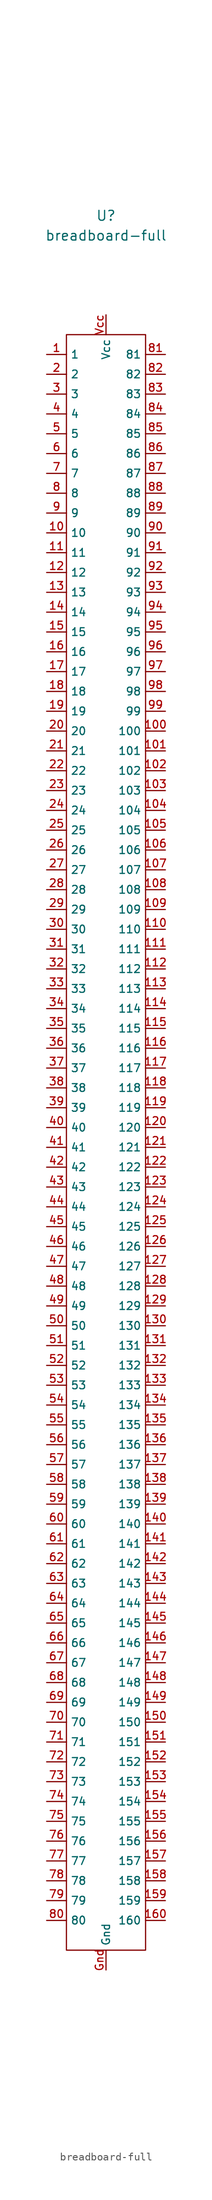
<source format=kicad_sym>
(kicad_symbol_lib
  (version 20211014)
  (generator kicad_symbol_editor)
  (symbol "breadboard-full"
    (property "Reference" "U"
      (at 0 52.07 0)
      (effects (font (size 1.27 1.27))))
    (property "Value" "breadboard-full"
      (at 0 49.53 0)
      (effects (font (size 1.27 1.27))))
    (symbol "breadboard-full_0_1"
      (rectangle (start -5.08 36.83) (end 5.08 -170.18) (stroke (width 0) (type default) (color 0 0 0 0)) (fill (type none))))
    (symbol "breadboard-full_1_1"
      (pin input line (at -7.62 34.29 0) (length 2.54) (name "1" (effects (font (size 1 1)))) (number "1" (effects (font (size 1 1)))))
      (pin input line (at -7.62 11.43 0) (length 2.54) (name "10" (effects (font (size 1 1)))) (number "10" (effects (font (size 1 1)))))
      (pin input line (at 7.62 -13.97 180) (length 2.54) (name "100" (effects (font (size 1 1)))) (number "100" (effects (font (size 1 1)))))
      (pin input line (at 7.62 -16.51 180) (length 2.54) (name "101" (effects (font (size 1 1)))) (number "101" (effects (font (size 1 1)))))
      (pin input line (at 7.62 -19.05 180) (length 2.54) (name "102" (effects (font (size 1 1)))) (number "102" (effects (font (size 1 1)))))
      (pin input line (at 7.62 -21.59 180) (length 2.54) (name "103" (effects (font (size 1 1)))) (number "103" (effects (font (size 1 1)))))
      (pin input line (at 7.62 -24.13 180) (length 2.54) (name "104" (effects (font (size 1 1)))) (number "104" (effects (font (size 1 1)))))
      (pin input line (at 7.62 -26.67 180) (length 2.54) (name "105" (effects (font (size 1 1)))) (number "105" (effects (font (size 1 1)))))
      (pin input line (at 7.62 -29.21 180) (length 2.54) (name "106" (effects (font (size 1 1)))) (number "106" (effects (font (size 1 1)))))
      (pin input line (at 7.62 -31.75 180) (length 2.54) (name "107" (effects (font (size 1 1)))) (number "107" (effects (font (size 1 1)))))
      (pin input line (at 7.62 -34.29 180) (length 2.54) (name "108" (effects (font (size 1 1)))) (number "108" (effects (font (size 1 1)))))
      (pin input line (at 7.62 -36.83 180) (length 2.54) (name "109" (effects (font (size 1 1)))) (number "109" (effects (font (size 1 1)))))
      (pin input line (at -7.62 8.89 0) (length 2.54) (name "11" (effects (font (size 1 1)))) (number "11" (effects (font (size 1 1)))))
      (pin input line (at 7.62 -39.37 180) (length 2.54) (name "110" (effects (font (size 1 1)))) (number "110" (effects (font (size 1 1)))))
      (pin input line (at 7.62 -41.91 180) (length 2.54) (name "111" (effects (font (size 1 1)))) (number "111" (effects (font (size 1 1)))))
      (pin input line (at 7.62 -44.45 180) (length 2.54) (name "112" (effects (font (size 1 1)))) (number "112" (effects (font (size 1 1)))))
      (pin input line (at 7.62 -46.99 180) (length 2.54) (name "113" (effects (font (size 1 1)))) (number "113" (effects (font (size 1 1)))))
      (pin input line (at 7.62 -49.53 180) (length 2.54) (name "114" (effects (font (size 1 1)))) (number "114" (effects (font (size 1 1)))))
      (pin input line (at 7.62 -52.07 180) (length 2.54) (name "115" (effects (font (size 1 1)))) (number "115" (effects (font (size 1 1)))))
      (pin input line (at 7.62 -54.61 180) (length 2.54) (name "116" (effects (font (size 1 1)))) (number "116" (effects (font (size 1 1)))))
      (pin input line (at 7.62 -57.15 180) (length 2.54) (name "117" (effects (font (size 1 1)))) (number "117" (effects (font (size 1 1)))))
      (pin input line (at 7.62 -59.69 180) (length 2.54) (name "118" (effects (font (size 1 1)))) (number "118" (effects (font (size 1 1)))))
      (pin input line (at 7.62 -62.23 180) (length 2.54) (name "119" (effects (font (size 1 1)))) (number "119" (effects (font (size 1 1)))))
      (pin input line (at -7.62 6.35 0) (length 2.54) (name "12" (effects (font (size 1 1)))) (number "12" (effects (font (size 1 1)))))
      (pin input line (at 7.62 -64.77 180) (length 2.54) (name "120" (effects (font (size 1 1)))) (number "120" (effects (font (size 1 1)))))
      (pin input line (at 7.62 -67.31 180) (length 2.54) (name "121" (effects (font (size 1 1)))) (number "121" (effects (font (size 1 1)))))
      (pin input line (at 7.62 -69.85 180) (length 2.54) (name "122" (effects (font (size 1 1)))) (number "122" (effects (font (size 1 1)))))
      (pin input line (at 7.62 -72.39 180) (length 2.54) (name "123" (effects (font (size 1 1)))) (number "123" (effects (font (size 1 1)))))
      (pin input line (at 7.62 -74.93 180) (length 2.54) (name "124" (effects (font (size 1 1)))) (number "124" (effects (font (size 1 1)))))
      (pin input line (at 7.62 -77.47 180) (length 2.54) (name "125" (effects (font (size 1 1)))) (number "125" (effects (font (size 1 1)))))
      (pin input line (at 7.62 -80.01 180) (length 2.54) (name "126" (effects (font (size 1 1)))) (number "126" (effects (font (size 1 1)))))
      (pin input line (at 7.62 -82.55 180) (length 2.54) (name "127" (effects (font (size 1 1)))) (number "127" (effects (font (size 1 1)))))
      (pin input line (at 7.62 -85.09 180) (length 2.54) (name "128" (effects (font (size 1 1)))) (number "128" (effects (font (size 1 1)))))
      (pin input line (at 7.62 -87.63 180) (length 2.54) (name "129" (effects (font (size 1 1)))) (number "129" (effects (font (size 1 1)))))
      (pin input line (at -7.62 3.81 0) (length 2.54) (name "13" (effects (font (size 1 1)))) (number "13" (effects (font (size 1 1)))))
      (pin input line (at 7.62 -90.17 180) (length 2.54) (name "130" (effects (font (size 1 1)))) (number "130" (effects (font (size 1 1)))))
      (pin input line (at 7.62 -92.71 180) (length 2.54) (name "131" (effects (font (size 1 1)))) (number "131" (effects (font (size 1 1)))))
      (pin input line (at 7.62 -95.25 180) (length 2.54) (name "132" (effects (font (size 1 1)))) (number "132" (effects (font (size 1 1)))))
      (pin input line (at 7.62 -97.79 180) (length 2.54) (name "133" (effects (font (size 1 1)))) (number "133" (effects (font (size 1 1)))))
      (pin input line (at 7.62 -100.33 180) (length 2.54) (name "134" (effects (font (size 1 1)))) (number "134" (effects (font (size 1 1)))))
      (pin input line (at 7.62 -102.87 180) (length 2.54) (name "135" (effects (font (size 1 1)))) (number "135" (effects (font (size 1 1)))))
      (pin input line (at 7.62 -105.41 180) (length 2.54) (name "136" (effects (font (size 1 1)))) (number "136" (effects (font (size 1 1)))))
      (pin input line (at 7.62 -107.95 180) (length 2.54) (name "137" (effects (font (size 1 1)))) (number "137" (effects (font (size 1 1)))))
      (pin input line (at 7.62 -110.49 180) (length 2.54) (name "138" (effects (font (size 1 1)))) (number "138" (effects (font (size 1 1)))))
      (pin input line (at 7.62 -113.03 180) (length 2.54) (name "139" (effects (font (size 1 1)))) (number "139" (effects (font (size 1 1)))))
      (pin input line (at -7.62 1.27 0) (length 2.54) (name "14" (effects (font (size 1 1)))) (number "14" (effects (font (size 1 1)))))
      (pin input line (at 7.62 -115.57 180) (length 2.54) (name "140" (effects (font (size 1 1)))) (number "140" (effects (font (size 1 1)))))
      (pin input line (at 7.62 -118.11 180) (length 2.54) (name "141" (effects (font (size 1 1)))) (number "141" (effects (font (size 1 1)))))
      (pin input line (at 7.62 -120.65 180) (length 2.54) (name "142" (effects (font (size 1 1)))) (number "142" (effects (font (size 1 1)))))
      (pin input line (at 7.62 -123.19 180) (length 2.54) (name "143" (effects (font (size 1 1)))) (number "143" (effects (font (size 1 1)))))
      (pin input line (at 7.62 -125.73 180) (length 2.54) (name "144" (effects (font (size 1 1)))) (number "144" (effects (font (size 1 1)))))
      (pin input line (at 7.62 -128.27 180) (length 2.54) (name "145" (effects (font (size 1 1)))) (number "145" (effects (font (size 1 1)))))
      (pin input line (at 7.62 -130.81 180) (length 2.54) (name "146" (effects (font (size 1 1)))) (number "146" (effects (font (size 1 1)))))
      (pin input line (at 7.62 -133.35 180) (length 2.54) (name "147" (effects (font (size 1 1)))) (number "147" (effects (font (size 1 1)))))
      (pin input line (at 7.62 -135.89 180) (length 2.54) (name "148" (effects (font (size 1 1)))) (number "148" (effects (font (size 1 1)))))
      (pin input line (at 7.62 -138.43 180) (length 2.54) (name "149" (effects (font (size 1 1)))) (number "149" (effects (font (size 1 1)))))
      (pin input line (at -7.62 -1.27 0) (length 2.54) (name "15" (effects (font (size 1 1)))) (number "15" (effects (font (size 1 1)))))
      (pin input line (at 7.62 -140.97 180) (length 2.54) (name "150" (effects (font (size 1 1)))) (number "150" (effects (font (size 1 1)))))
      (pin input line (at 7.62 -143.51 180) (length 2.54) (name "151" (effects (font (size 1 1)))) (number "151" (effects (font (size 1 1)))))
      (pin input line (at 7.62 -146.05 180) (length 2.54) (name "152" (effects (font (size 1 1)))) (number "152" (effects (font (size 1 1)))))
      (pin input line (at 7.62 -148.59 180) (length 2.54) (name "153" (effects (font (size 1 1)))) (number "153" (effects (font (size 1 1)))))
      (pin input line (at 7.62 -151.13 180) (length 2.54) (name "154" (effects (font (size 1 1)))) (number "154" (effects (font (size 1 1)))))
      (pin input line (at 7.62 -153.67 180) (length 2.54) (name "155" (effects (font (size 1 1)))) (number "155" (effects (font (size 1 1)))))
      (pin input line (at 7.62 -156.21 180) (length 2.54) (name "156" (effects (font (size 1 1)))) (number "156" (effects (font (size 1 1)))))
      (pin input line (at 7.62 -158.75 180) (length 2.54) (name "157" (effects (font (size 1 1)))) (number "157" (effects (font (size 1 1)))))
      (pin input line (at 7.62 -161.29 180) (length 2.54) (name "158" (effects (font (size 1 1)))) (number "158" (effects (font (size 1 1)))))
      (pin input line (at 7.62 -163.83 180) (length 2.54) (name "159" (effects (font (size 1 1)))) (number "159" (effects (font (size 1 1)))))
      (pin input line (at -7.62 -3.81 0) (length 2.54) (name "16" (effects (font (size 1 1)))) (number "16" (effects (font (size 1 1)))))
      (pin input line (at 7.62 -166.37 180) (length 2.54) (name "160" (effects (font (size 1 1)))) (number "160" (effects (font (size 1 1)))))
      (pin input line (at -7.62 -6.35 0) (length 2.54) (name "17" (effects (font (size 1 1)))) (number "17" (effects (font (size 1 1)))))
      (pin input line (at -7.62 -8.89 0) (length 2.54) (name "18" (effects (font (size 1 1)))) (number "18" (effects (font (size 1 1)))))
      (pin input line (at -7.62 -11.43 0) (length 2.54) (name "19" (effects (font (size 1 1)))) (number "19" (effects (font (size 1 1)))))
      (pin input line (at -7.62 31.75 0) (length 2.54) (name "2" (effects (font (size 1 1)))) (number "2" (effects (font (size 1 1)))))
      (pin input line (at -7.62 -13.97 0) (length 2.54) (name "20" (effects (font (size 1 1)))) (number "20" (effects (font (size 1 1)))))
      (pin input line (at -7.62 -16.51 0) (length 2.54) (name "21" (effects (font (size 1 1)))) (number "21" (effects (font (size 1 1)))))
      (pin input line (at -7.62 -19.05 0) (length 2.54) (name "22" (effects (font (size 1 1)))) (number "22" (effects (font (size 1 1)))))
      (pin input line (at -7.62 -21.59 0) (length 2.54) (name "23" (effects (font (size 1 1)))) (number "23" (effects (font (size 1 1)))))
      (pin input line (at -7.62 -24.13 0) (length 2.54) (name "24" (effects (font (size 1 1)))) (number "24" (effects (font (size 1 1)))))
      (pin input line (at -7.62 -26.67 0) (length 2.54) (name "25" (effects (font (size 1 1)))) (number "25" (effects (font (size 1 1)))))
      (pin input line (at -7.62 -29.21 0) (length 2.54) (name "26" (effects (font (size 1 1)))) (number "26" (effects (font (size 1 1)))))
      (pin input line (at -7.62 -31.75 0) (length 2.54) (name "27" (effects (font (size 1 1)))) (number "27" (effects (font (size 1 1)))))
      (pin input line (at -7.62 -34.29 0) (length 2.54) (name "28" (effects (font (size 1 1)))) (number "28" (effects (font (size 1 1)))))
      (pin input line (at -7.62 -36.83 0) (length 2.54) (name "29" (effects (font (size 1 1)))) (number "29" (effects (font (size 1 1)))))
      (pin input line (at -7.62 29.21 0) (length 2.54) (name "3" (effects (font (size 1 1)))) (number "3" (effects (font (size 1 1)))))
      (pin input line (at -7.62 -39.37 0) (length 2.54) (name "30" (effects (font (size 1 1)))) (number "30" (effects (font (size 1 1)))))
      (pin input line (at -7.62 -41.91 0) (length 2.54) (name "31" (effects (font (size 1 1)))) (number "31" (effects (font (size 1 1)))))
      (pin input line (at -7.62 -44.45 0) (length 2.54) (name "32" (effects (font (size 1 1)))) (number "32" (effects (font (size 1 1)))))
      (pin input line (at -7.62 -46.99 0) (length 2.54) (name "33" (effects (font (size 1 1)))) (number "33" (effects (font (size 1 1)))))
      (pin input line (at -7.62 -49.53 0) (length 2.54) (name "34" (effects (font (size 1 1)))) (number "34" (effects (font (size 1 1)))))
      (pin input line (at -7.62 -52.07 0) (length 2.54) (name "35" (effects (font (size 1 1)))) (number "35" (effects (font (size 1 1)))))
      (pin input line (at -7.62 -54.61 0) (length 2.54) (name "36" (effects (font (size 1 1)))) (number "36" (effects (font (size 1 1)))))
      (pin input line (at -7.62 -57.15 0) (length 2.54) (name "37" (effects (font (size 1 1)))) (number "37" (effects (font (size 1 1)))))
      (pin input line (at -7.62 -59.69 0) (length 2.54) (name "38" (effects (font (size 1 1)))) (number "38" (effects (font (size 1 1)))))
      (pin input line (at -7.62 -62.23 0) (length 2.54) (name "39" (effects (font (size 1 1)))) (number "39" (effects (font (size 1 1)))))
      (pin input line (at -7.62 26.67 0) (length 2.54) (name "4" (effects (font (size 1 1)))) (number "4" (effects (font (size 1 1)))))
      (pin input line (at -7.62 -64.77 0) (length 2.54) (name "40" (effects (font (size 1 1)))) (number "40" (effects (font (size 1 1)))))
      (pin input line (at -7.62 -67.31 0) (length 2.54) (name "41" (effects (font (size 1 1)))) (number "41" (effects (font (size 1 1)))))
      (pin input line (at -7.62 -69.85 0) (length 2.54) (name "42" (effects (font (size 1 1)))) (number "42" (effects (font (size 1 1)))))
      (pin input line (at -7.62 -72.39 0) (length 2.54) (name "43" (effects (font (size 1 1)))) (number "43" (effects (font (size 1 1)))))
      (pin input line (at -7.62 -74.93 0) (length 2.54) (name "44" (effects (font (size 1 1)))) (number "44" (effects (font (size 1 1)))))
      (pin input line (at -7.62 -77.47 0) (length 2.54) (name "45" (effects (font (size 1 1)))) (number "45" (effects (font (size 1 1)))))
      (pin input line (at -7.62 -80.01 0) (length 2.54) (name "46" (effects (font (size 1 1)))) (number "46" (effects (font (size 1 1)))))
      (pin input line (at -7.62 -82.55 0) (length 2.54) (name "47" (effects (font (size 1 1)))) (number "47" (effects (font (size 1 1)))))
      (pin input line (at -7.62 -85.09 0) (length 2.54) (name "48" (effects (font (size 1 1)))) (number "48" (effects (font (size 1 1)))))
      (pin input line (at -7.62 -87.63 0) (length 2.54) (name "49" (effects (font (size 1 1)))) (number "49" (effects (font (size 1 1)))))
      (pin input line (at -7.62 24.13 0) (length 2.54) (name "5" (effects (font (size 1 1)))) (number "5" (effects (font (size 1 1)))))
      (pin input line (at -7.62 -90.17 0) (length 2.54) (name "50" (effects (font (size 1 1)))) (number "50" (effects (font (size 1 1)))))
      (pin input line (at -7.62 -92.71 0) (length 2.54) (name "51" (effects (font (size 1 1)))) (number "51" (effects (font (size 1 1)))))
      (pin input line (at -7.62 -95.25 0) (length 2.54) (name "52" (effects (font (size 1 1)))) (number "52" (effects (font (size 1 1)))))
      (pin input line (at -7.62 -97.79 0) (length 2.54) (name "53" (effects (font (size 1 1)))) (number "53" (effects (font (size 1 1)))))
      (pin input line (at -7.62 -100.33 0) (length 2.54) (name "54" (effects (font (size 1 1)))) (number "54" (effects (font (size 1 1)))))
      (pin input line (at -7.62 -102.87 0) (length 2.54) (name "55" (effects (font (size 1 1)))) (number "55" (effects (font (size 1 1)))))
      (pin input line (at -7.62 -105.41 0) (length 2.54) (name "56" (effects (font (size 1 1)))) (number "56" (effects (font (size 1 1)))))
      (pin input line (at -7.62 -107.95 0) (length 2.54) (name "57" (effects (font (size 1 1)))) (number "57" (effects (font (size 1 1)))))
      (pin input line (at -7.62 -110.49 0) (length 2.54) (name "58" (effects (font (size 1 1)))) (number "58" (effects (font (size 1 1)))))
      (pin input line (at -7.62 -113.03 0) (length 2.54) (name "59" (effects (font (size 1 1)))) (number "59" (effects (font (size 1 1)))))
      (pin input line (at -7.62 21.59 0) (length 2.54) (name "6" (effects (font (size 1 1)))) (number "6" (effects (font (size 1 1)))))
      (pin input line (at -7.62 -115.57 0) (length 2.54) (name "60" (effects (font (size 1 1)))) (number "60" (effects (font (size 1 1)))))
      (pin input line (at -7.62 -118.11 0) (length 2.54) (name "61" (effects (font (size 1 1)))) (number "61" (effects (font (size 1 1)))))
      (pin input line (at -7.62 -120.65 0) (length 2.54) (name "62" (effects (font (size 1 1)))) (number "62" (effects (font (size 1 1)))))
      (pin input line (at -7.62 -123.19 0) (length 2.54) (name "63" (effects (font (size 1 1)))) (number "63" (effects (font (size 1 1)))))
      (pin input line (at -7.62 -125.73 0) (length 2.54) (name "64" (effects (font (size 1 1)))) (number "64" (effects (font (size 1 1)))))
      (pin input line (at -7.62 -128.27 0) (length 2.54) (name "65" (effects (font (size 1 1)))) (number "65" (effects (font (size 1 1)))))
      (pin input line (at -7.62 -130.81 0) (length 2.54) (name "66" (effects (font (size 1 1)))) (number "66" (effects (font (size 1 1)))))
      (pin input line (at -7.62 -133.35 0) (length 2.54) (name "67" (effects (font (size 1 1)))) (number "67" (effects (font (size 1 1)))))
      (pin input line (at -7.62 -135.89 0) (length 2.54) (name "68" (effects (font (size 1 1)))) (number "68" (effects (font (size 1 1)))))
      (pin input line (at -7.62 -138.43 0) (length 2.54) (name "69" (effects (font (size 1 1)))) (number "69" (effects (font (size 1 1)))))
      (pin input line (at -7.62 19.05 0) (length 2.54) (name "7" (effects (font (size 1 1)))) (number "7" (effects (font (size 1 1)))))
      (pin input line (at -7.62 -140.97 0) (length 2.54) (name "70" (effects (font (size 1 1)))) (number "70" (effects (font (size 1 1)))))
      (pin input line (at -7.62 -143.51 0) (length 2.54) (name "71" (effects (font (size 1 1)))) (number "71" (effects (font (size 1 1)))))
      (pin input line (at -7.62 -146.05 0) (length 2.54) (name "72" (effects (font (size 1 1)))) (number "72" (effects (font (size 1 1)))))
      (pin input line (at -7.62 -148.59 0) (length 2.54) (name "73" (effects (font (size 1 1)))) (number "73" (effects (font (size 1 1)))))
      (pin input line (at -7.62 -151.13 0) (length 2.54) (name "74" (effects (font (size 1 1)))) (number "74" (effects (font (size 1 1)))))
      (pin input line (at -7.62 -153.67 0) (length 2.54) (name "75" (effects (font (size 1 1)))) (number "75" (effects (font (size 1 1)))))
      (pin input line (at -7.62 -156.21 0) (length 2.54) (name "76" (effects (font (size 1 1)))) (number "76" (effects (font (size 1 1)))))
      (pin input line (at -7.62 -158.75 0) (length 2.54) (name "77" (effects (font (size 1 1)))) (number "77" (effects (font (size 1 1)))))
      (pin input line (at -7.62 -161.29 0) (length 2.54) (name "78" (effects (font (size 1 1)))) (number "78" (effects (font (size 1 1)))))
      (pin input line (at -7.62 -163.83 0) (length 2.54) (name "79" (effects (font (size 1 1)))) (number "79" (effects (font (size 1 1)))))
      (pin input line (at -7.62 16.51 0) (length 2.54) (name "8" (effects (font (size 1 1)))) (number "8" (effects (font (size 1 1)))))
      (pin input line (at -7.62 -166.37 0) (length 2.54) (name "80" (effects (font (size 1 1)))) (number "80" (effects (font (size 1 1)))))
      (pin input line (at 7.62 34.29 180) (length 2.54) (name "81" (effects (font (size 1 1)))) (number "81" (effects (font (size 1 1)))))
      (pin input line (at 7.62 31.75 180) (length 2.54) (name "82" (effects (font (size 1 1)))) (number "82" (effects (font (size 1 1)))))
      (pin input line (at 7.62 29.21 180) (length 2.54) (name "83" (effects (font (size 1 1)))) (number "83" (effects (font (size 1 1)))))
      (pin input line (at 7.62 26.67 180) (length 2.54) (name "84" (effects (font (size 1 1)))) (number "84" (effects (font (size 1 1)))))
      (pin input line (at 7.62 24.13 180) (length 2.54) (name "85" (effects (font (size 1 1)))) (number "85" (effects (font (size 1 1)))))
      (pin input line (at 7.62 21.59 180) (length 2.54) (name "86" (effects (font (size 1 1)))) (number "86" (effects (font (size 1 1)))))
      (pin input line (at 7.62 19.05 180) (length 2.54) (name "87" (effects (font (size 1 1)))) (number "87" (effects (font (size 1 1)))))
      (pin input line (at 7.62 16.51 180) (length 2.54) (name "88" (effects (font (size 1 1)))) (number "88" (effects (font (size 1 1)))))
      (pin input line (at 7.62 13.97 180) (length 2.54) (name "89" (effects (font (size 1 1)))) (number "89" (effects (font (size 1 1)))))
      (pin input line (at -7.62 13.97 0) (length 2.54) (name "9" (effects (font (size 1 1)))) (number "9" (effects (font (size 1 1)))))
      (pin input line (at 7.62 11.43 180) (length 2.54) (name "90" (effects (font (size 1 1)))) (number "90" (effects (font (size 1 1)))))
      (pin input line (at 7.62 8.89 180) (length 2.54) (name "91" (effects (font (size 1 1)))) (number "91" (effects (font (size 1 1)))))
      (pin input line (at 7.62 6.35 180) (length 2.54) (name "92" (effects (font (size 1 1)))) (number "92" (effects (font (size 1 1)))))
      (pin input line (at 7.62 3.81 180) (length 2.54) (name "93" (effects (font (size 1 1)))) (number "93" (effects (font (size 1 1)))))
      (pin input line (at 7.62 1.27 180) (length 2.54) (name "94" (effects (font (size 1 1)))) (number "94" (effects (font (size 1 1)))))
      (pin input line (at 7.62 -1.27 180) (length 2.54) (name "95" (effects (font (size 1 1)))) (number "95" (effects (font (size 1 1)))))
      (pin input line (at 7.62 -3.81 180) (length 2.54) (name "96" (effects (font (size 1 1)))) (number "96" (effects (font (size 1 1)))))
      (pin input line (at 7.62 -6.35 180) (length 2.54) (name "97" (effects (font (size 1 1)))) (number "97" (effects (font (size 1 1)))))
      (pin input line (at 7.62 -8.89 180) (length 2.54) (name "98" (effects (font (size 1 1)))) (number "98" (effects (font (size 1 1)))))
      (pin input line (at 7.62 -11.43 180) (length 2.54) (name "99" (effects (font (size 1 1)))) (number "99" (effects (font (size 1 1)))))
      (pin power_in line (at 0 -172.72 90) (length 2.54) (name "Gnd" (effects (font (size 1 1)))) (number "Gnd" (effects (font (size 1 1)))))
      (pin power_in line (at 0 39.37 270) (length 2.54) (name "Vcc" (effects (font (size 1 1)))) (number "Vcc" (effects (font (size 1 1))))))))
</source>
